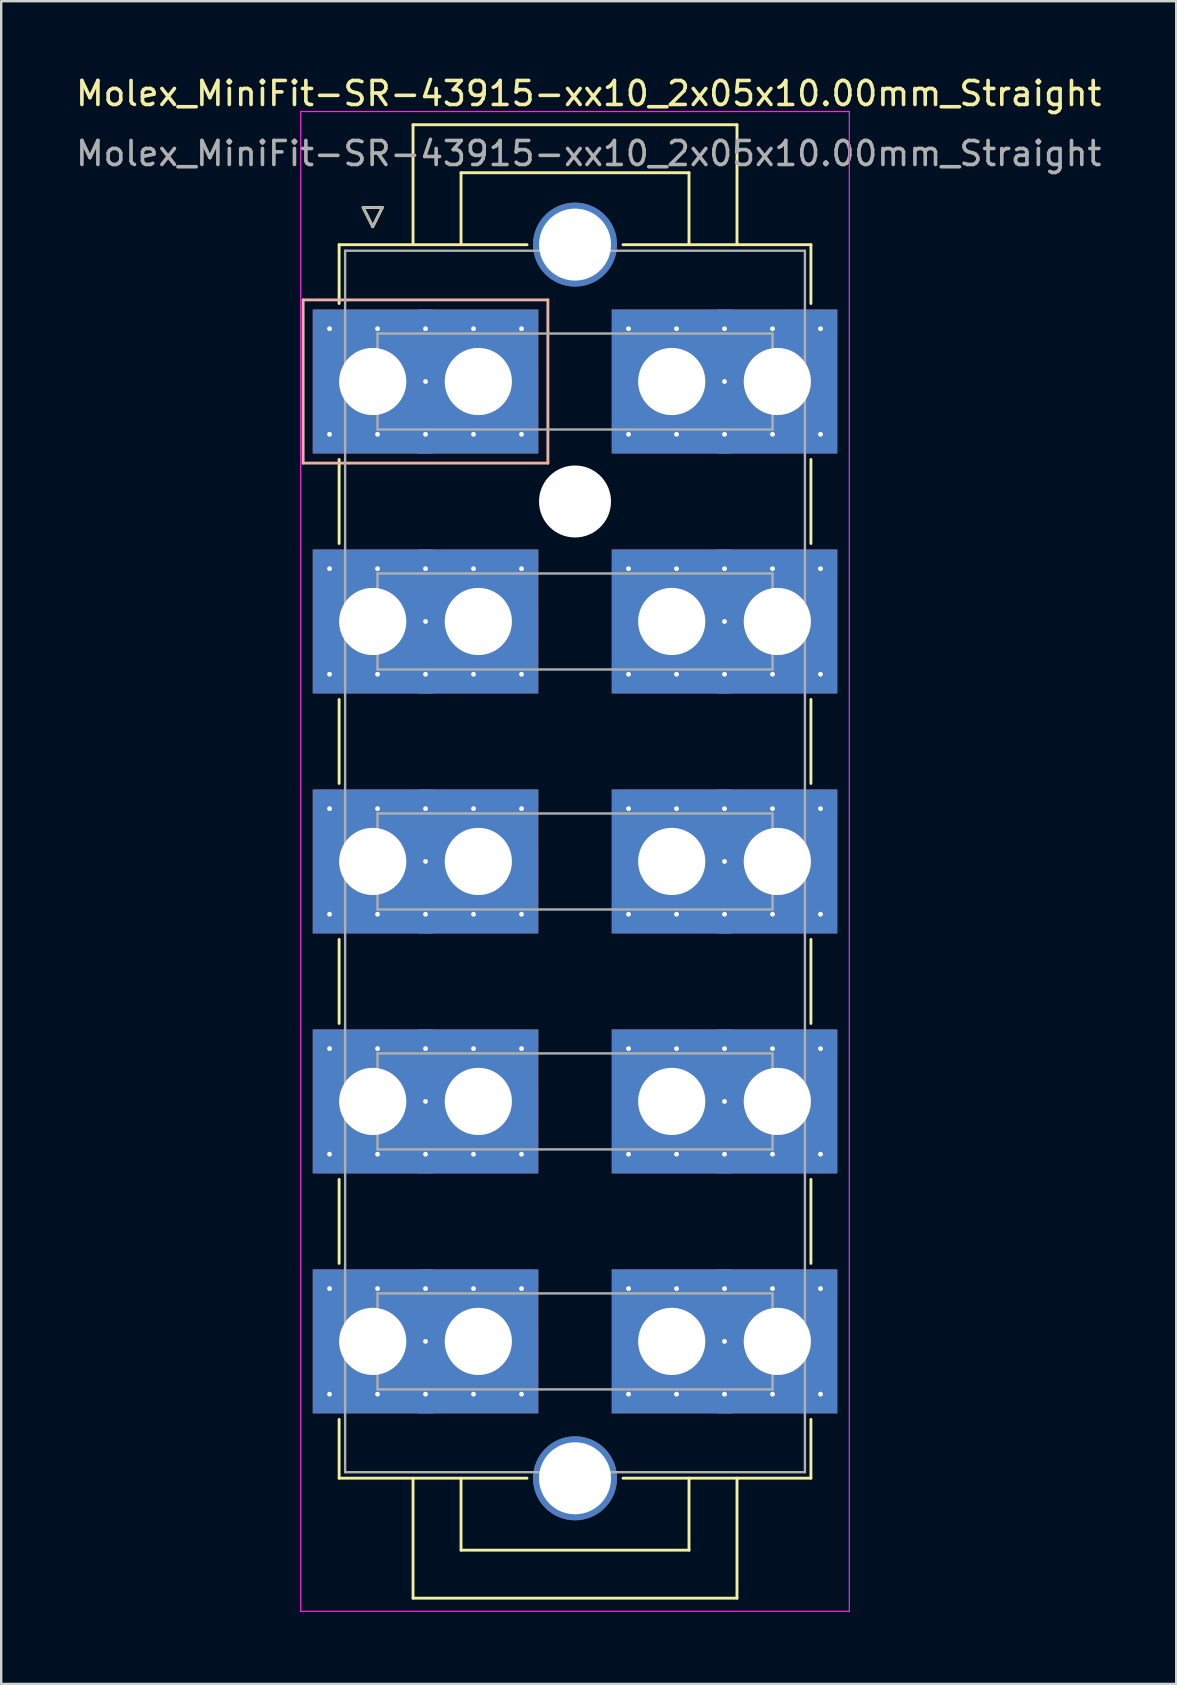
<source format=kicad_pcb>
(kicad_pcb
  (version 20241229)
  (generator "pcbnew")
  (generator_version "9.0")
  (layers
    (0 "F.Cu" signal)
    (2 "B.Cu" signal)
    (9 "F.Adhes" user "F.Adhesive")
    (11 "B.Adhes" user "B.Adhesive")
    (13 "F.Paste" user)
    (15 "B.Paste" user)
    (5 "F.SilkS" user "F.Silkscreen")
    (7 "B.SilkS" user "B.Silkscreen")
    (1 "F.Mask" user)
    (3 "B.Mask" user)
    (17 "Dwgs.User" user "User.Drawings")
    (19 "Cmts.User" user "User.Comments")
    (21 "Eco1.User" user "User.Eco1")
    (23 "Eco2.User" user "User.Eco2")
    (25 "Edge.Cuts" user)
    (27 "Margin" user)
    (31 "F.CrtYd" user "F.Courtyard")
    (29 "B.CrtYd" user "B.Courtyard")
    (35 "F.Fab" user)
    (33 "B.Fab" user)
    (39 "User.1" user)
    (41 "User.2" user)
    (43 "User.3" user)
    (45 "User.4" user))
  (footprint "Molex_MiniFit-SR-43915-xx10_2x05x10.00mm_Straight"
    (layer "F.Cu")
    (at 12.482 12.848)
    (property "Reference" "Molex_MiniFit-SR-43915-xx10_2x05x10.00mm_Straight" (at 9 -12 0) (layer "F.SilkS") (effects (font (size 1 1) (thickness 0.15))))
    (attr through_hole)
    (fp_line (start -1.4 -5.7) (end 6.43 -5.7) (stroke (width 0.12) (type solid)) (layer "F.SilkS"))
    (fp_line (start -1.4 -3.25) (end -1.4 -5.7) (stroke (width 0.12) (type solid)) (layer "F.SilkS"))
    (fp_line (start -1.4 3.25) (end -1.4 6.75) (stroke (width 0.12) (type solid)) (layer "F.SilkS"))
    (fp_line (start -1.4 13.25) (end -1.4 16.75) (stroke (width 0.12) (type solid)) (layer "F.SilkS"))
    (fp_line (start -1.4 23.25) (end -1.4 26.75) (stroke (width 0.12) (type solid)) (layer "F.SilkS"))
    (fp_line (start -1.4 33.25) (end -1.4 36.75) (stroke (width 0.12) (type solid)) (layer "F.SilkS"))
    (fp_line (start -1.4 43.25) (end -1.4 45.7) (stroke (width 0.12) (type solid)) (layer "F.SilkS"))
    (fp_line (start -1.4 45.7) (end 6.43 45.7) (stroke (width 0.12) (type solid)) (layer "F.SilkS"))
    (fp_line (start -0.4 -7.25) (end 0 -6.45) (stroke (width 0.12) (type solid)) (layer "F.SilkS"))
    (fp_line (start 0 -6.45) (end 0.4 -7.25) (stroke (width 0.12) (type solid)) (layer "F.SilkS"))
    (fp_line (start 0.4 -7.25) (end -0.4 -7.25) (stroke (width 0.12) (type solid)) (layer "F.SilkS"))
    (fp_line (start 1.68 -10.7) (end 1.68 -5.7) (stroke (width 0.12) (type solid)) (layer "F.SilkS"))
    (fp_line (start 1.68 50.7) (end 1.68 45.7) (stroke (width 0.12) (type solid)) (layer "F.SilkS"))
    (fp_line (start 3.68 -8.7) (end 3.68 -5.7) (stroke (width 0.12) (type solid)) (layer "F.SilkS"))
    (fp_line (start 3.68 48.7) (end 3.68 45.7) (stroke (width 0.12) (type solid)) (layer "F.SilkS"))
    (fp_line (start 13.18 -8.7) (end 3.68 -8.7) (stroke (width 0.12) (type solid)) (layer "F.SilkS"))
    (fp_line (start 13.18 -5.7) (end 13.18 -8.7) (stroke (width 0.12) (type solid)) (layer "F.SilkS"))
    (fp_line (start 13.18 45.7) (end 13.18 48.7) (stroke (width 0.12) (type solid)) (layer "F.SilkS"))
    (fp_line (start 13.18 48.7) (end 3.68 48.7) (stroke (width 0.12) (type solid)) (layer "F.SilkS"))
    (fp_line (start 15.18 -10.7) (end 1.68 -10.7) (stroke (width 0.12) (type solid)) (layer "F.SilkS"))
    (fp_line (start 15.18 -5.7) (end 15.18 -10.7) (stroke (width 0.12) (type solid)) (layer "F.SilkS"))
    (fp_line (start 15.18 45.7) (end 15.18 50.7) (stroke (width 0.12) (type solid)) (layer "F.SilkS"))
    (fp_line (start 15.18 50.7) (end 1.68 50.7) (stroke (width 0.12) (type solid)) (layer "F.SilkS"))
    (fp_line (start 18.26 -5.7) (end 10.43 -5.7) (stroke (width 0.12) (type solid)) (layer "F.SilkS"))
    (fp_line (start 18.26 -3.25) (end 18.26 -5.7) (stroke (width 0.12) (type solid)) (layer "F.SilkS"))
    (fp_line (start 18.26 3.25) (end 18.26 6.75) (stroke (width 0.12) (type solid)) (layer "F.SilkS"))
    (fp_line (start 18.26 13.25) (end 18.26 16.75) (stroke (width 0.12) (type solid)) (layer "F.SilkS"))
    (fp_line (start 18.26 23.25) (end 18.26 26.75) (stroke (width 0.12) (type solid)) (layer "F.SilkS"))
    (fp_line (start 18.26 33.25) (end 18.26 36.75) (stroke (width 0.12) (type solid)) (layer "F.SilkS"))
    (fp_line (start 18.26 43.25) (end 18.26 45.7) (stroke (width 0.12) (type solid)) (layer "F.SilkS"))
    (fp_line (start 18.26 45.7) (end 10.43 45.7) (stroke (width 0.12) (type solid)) (layer "F.SilkS"))
    (fp_line (start -2.9 -3.4) (end -2.9 3.4) (stroke (width 0.12) (type solid)) (layer "B.SilkS"))
    (fp_line (start -2.9 3.4) (end 7.3 3.4) (stroke (width 0.12) (type solid)) (layer "B.SilkS"))
    (fp_line (start 7.3 -3.4) (end -2.9 -3.4) (stroke (width 0.12) (type solid)) (layer "B.SilkS"))
    (fp_line (start 7.3 3.4) (end 7.3 -3.4) (stroke (width 0.12) (type solid)) (layer "B.SilkS"))
    (fp_line (start -3 -11.25) (end -3 51.25) (stroke (width 0.05) (type solid)) (layer "F.CrtYd"))
    (fp_line (start -3 51.25) (end 19.86 51.25) (stroke (width 0.05) (type solid)) (layer "F.CrtYd"))
    (fp_line (start 19.86 -11.25) (end -3 -11.25) (stroke (width 0.05) (type solid)) (layer "F.CrtYd"))
    (fp_line (start 19.86 51.25) (end 19.86 -11.25) (stroke (width 0.05) (type solid)) (layer "F.CrtYd"))
    (fp_line (start -1.15 -5.45) (end -1.15 45.45) (stroke (width 0.1) (type solid)) (layer "F.Fab"))
    (fp_line (start -1.15 45.45) (end 18.01 45.45) (stroke (width 0.1) (type solid)) (layer "F.Fab"))
    (fp_line (start -0.4 -7.25) (end 0 -6.45) (stroke (width 0.1) (type solid)) (layer "F.Fab"))
    (fp_line (start 0 -6.45) (end 0.4 -7.25) (stroke (width 0.1) (type solid)) (layer "F.Fab"))
    (fp_line (start 0.2 -2) (end 0.2 2) (stroke (width 0.1) (type solid)) (layer "F.Fab"))
    (fp_line (start 0.2 2) (end 16.66 2) (stroke (width 0.1) (type solid)) (layer "F.Fab"))
    (fp_line (start 0.2 8) (end 0.2 12) (stroke (width 0.1) (type solid)) (layer "F.Fab"))
    (fp_line (start 0.2 12) (end 16.66 12) (stroke (width 0.1) (type solid)) (layer "F.Fab"))
    (fp_line (start 0.2 18) (end 0.2 22) (stroke (width 0.1) (type solid)) (layer "F.Fab"))
    (fp_line (start 0.2 22) (end 16.66 22) (stroke (width 0.1) (type solid)) (layer "F.Fab"))
    (fp_line (start 0.2 28) (end 0.2 32) (stroke (width 0.1) (type solid)) (layer "F.Fab"))
    (fp_line (start 0.2 32) (end 16.66 32) (stroke (width 0.1) (type solid)) (layer "F.Fab"))
    (fp_line (start 0.2 38) (end 0.2 42) (stroke (width 0.1) (type solid)) (layer "F.Fab"))
    (fp_line (start 0.2 42) (end 16.66 42) (stroke (width 0.1) (type solid)) (layer "F.Fab"))
    (fp_line (start 0.4 -7.25) (end -0.4 -7.25) (stroke (width 0.1) (type solid)) (layer "F.Fab"))
    (fp_line (start 16.66 -2) (end 0.2 -2) (stroke (width 0.1) (type solid)) (layer "F.Fab"))
    (fp_line (start 16.66 2) (end 16.66 -2) (stroke (width 0.1) (type solid)) (layer "F.Fab"))
    (fp_line (start 16.66 8) (end 0.2 8) (stroke (width 0.1) (type solid)) (layer "F.Fab"))
    (fp_line (start 16.66 12) (end 16.66 8) (stroke (width 0.1) (type solid)) (layer "F.Fab"))
    (fp_line (start 16.66 18) (end 0.2 18) (stroke (width 0.1) (type solid)) (layer "F.Fab"))
    (fp_line (start 16.66 22) (end 16.66 18) (stroke (width 0.1) (type solid)) (layer "F.Fab"))
    (fp_line (start 16.66 28) (end 0.2 28) (stroke (width 0.1) (type solid)) (layer "F.Fab"))
    (fp_line (start 16.66 32) (end 16.66 28) (stroke (width 0.1) (type solid)) (layer "F.Fab"))
    (fp_line (start 16.66 38) (end 0.2 38) (stroke (width 0.1) (type solid)) (layer "F.Fab"))
    (fp_line (start 16.66 42) (end 16.66 38) (stroke (width 0.1) (type solid)) (layer "F.Fab"))
    (fp_line (start 18.01 -5.45) (end -1.15 -5.45) (stroke (width 0.1) (type solid)) (layer "F.Fab"))
    (fp_line (start 18.01 45.45) (end 18.01 -5.45) (stroke (width 0.1) (type solid)) (layer "F.Fab"))
    (fp_text user "${REFERENCE}" (at 9 -9.5 0) (layer "F.Fab") (effects (font (size 1 1) (thickness 0.15))))
    (pad "" thru_hole circle (at 2.2 0 270) (size 0.5 0.5) (drill 0.2) (layers "*.Cu" "*.Mask"))
    (pad "" thru_hole circle (at 2.2 10 270) (size 0.5 0.5) (drill 0.2) (layers "*.Cu" "*.Mask"))
    (pad "" thru_hole circle (at 2.2 20 270) (size 0.5 0.5) (drill 0.2) (layers "*.Cu" "*.Mask"))
    (pad "" thru_hole circle (at 2.2 30 270) (size 0.5 0.5) (drill 0.2) (layers "*.Cu" "*.Mask"))
    (pad "" thru_hole circle (at 2.2 40 270) (size 0.5 0.5) (drill 0.2) (layers "*.Cu" "*.Mask"))
    (pad "" thru_hole circle (at 8.43 -5.705 270) (size 3.5 3.5) (drill 3) (layers "*.Cu" "*.Mask"))
    (pad "" np_thru_hole circle (at 8.43 5 270) (size 3 3) (drill 3) (layers "*.Cu" "*.Mask"))
    (pad "" thru_hole circle (at 8.43 45.705 270) (size 3.5 3.5) (drill 3) (layers "*.Cu" "*.Mask"))
    (pad "" thru_hole circle (at 14.66 0 270) (size 0.5 0.5) (drill 0.2) (layers "*.Cu" "*.Mask"))
    (pad "" thru_hole circle (at 14.66 10 270) (size 0.5 0.5) (drill 0.2) (layers "*.Cu" "*.Mask"))
    (pad "" thru_hole circle (at 14.66 20 270) (size 0.5 0.5) (drill 0.2) (layers "*.Cu" "*.Mask"))
    (pad "" thru_hole circle (at 14.66 30 270) (size 0.5 0.5) (drill 0.2) (layers "*.Cu" "*.Mask"))
    (pad "" thru_hole circle (at 14.66 40 270) (size 0.5 0.5) (drill 0.2) (layers "*.Cu" "*.Mask"))
    (pad "1" thru_hole rect (at -1.8 -2.2 270) (size 0.5 0.5) (drill 0.2) (layers "*.Cu" "*.Mask"))
    (pad "1" thru_hole rect (at -1.8 2.2 270) (size 0.5 0.5) (drill 0.2) (layers "*.Cu" "*.Mask"))
    (pad "1" thru_hole rect (at 0 0 270) (size 6 5) (drill 2.8) (layers "*.Cu" "*.Mask"))
    (pad "1" thru_hole rect (at 0.2 -2.2 270) (size 0.5 0.5) (drill 0.2) (layers "*.Cu" "*.Mask"))
    (pad "1" thru_hole rect (at 0.2 2.2 270) (size 0.5 0.5) (drill 0.2) (layers "*.Cu" "*.Mask"))
    (pad "1" thru_hole rect (at 2.2 -2.2 270) (size 0.5 0.5) (drill 0.2) (layers "*.Cu" "*.Mask"))
    (pad "1" thru_hole rect (at 2.2 2.2 270) (size 0.5 0.5) (drill 0.2) (layers "*.Cu" "*.Mask"))
    (pad "1" thru_hole rect (at 4.2 -2.2 270) (size 0.5 0.5) (drill 0.2) (layers "*.Cu" "*.Mask"))
    (pad "1" thru_hole rect (at 4.2 2.2 270) (size 0.5 0.5) (drill 0.2) (layers "*.Cu" "*.Mask"))
    (pad "1" thru_hole rect (at 4.4 0 270) (size 6 5) (drill 2.8) (layers "*.Cu" "*.Mask"))
    (pad "1" thru_hole rect (at 6.2 -2.2 270) (size 0.5 0.5) (drill 0.2) (layers "*.Cu" "*.Mask"))
    (pad "1" thru_hole rect (at 6.2 2.2 270) (size 0.5 0.5) (drill 0.2) (layers "*.Cu" "*.Mask"))
    (pad "2" thru_hole circle (at 10.66 -2.2 270) (size 0.5 0.5) (drill 0.2) (layers "*.Cu" "*.Mask"))
    (pad "2" thru_hole circle (at 10.66 2.2 270) (size 0.5 0.5) (drill 0.2) (layers "*.Cu" "*.Mask"))
    (pad "2" thru_hole rect (at 12.46 0 270) (size 6 5) (drill 2.8) (layers "*.Cu" "*.Mask"))
    (pad "2" thru_hole circle (at 12.66 -2.2 270) (size 0.5 0.5) (drill 0.2) (layers "*.Cu" "*.Mask"))
    (pad "2" thru_hole circle (at 12.66 2.2 270) (size 0.5 0.5) (drill 0.2) (layers "*.Cu" "*.Mask"))
    (pad "2" thru_hole circle (at 14.66 -2.2 270) (size 0.5 0.5) (drill 0.2) (layers "*.Cu" "*.Mask"))
    (pad "2" thru_hole circle (at 14.66 2.2 270) (size 0.5 0.5) (drill 0.2) (layers "*.Cu" "*.Mask"))
    (pad "2" thru_hole circle (at 16.66 -2.2 270) (size 0.5 0.5) (drill 0.2) (layers "*.Cu" "*.Mask"))
    (pad "2" thru_hole circle (at 16.66 2.2 270) (size 0.5 0.5) (drill 0.2) (layers "*.Cu" "*.Mask"))
    (pad "2" thru_hole rect (at 16.86 0 270) (size 6 5) (drill 2.8) (layers "*.Cu" "*.Mask"))
    (pad "2" thru_hole circle (at 18.66 -2.2 270) (size 0.5 0.5) (drill 0.2) (layers "*.Cu" "*.Mask"))
    (pad "2" thru_hole circle (at 18.66 2.2 270) (size 0.5 0.5) (drill 0.2) (layers "*.Cu" "*.Mask"))
    (pad "3" thru_hole circle (at -1.8 7.8 270) (size 0.5 0.5) (drill 0.2) (layers "*.Cu" "*.Mask"))
    (pad "3" thru_hole circle (at -1.8 12.2 270) (size 0.5 0.5) (drill 0.2) (layers "*.Cu" "*.Mask"))
    (pad "3" thru_hole rect (at 0 10 270) (size 6 5) (drill 2.8) (layers "*.Cu" "*.Mask"))
    (pad "3" thru_hole circle (at 0.2 7.8 270) (size 0.5 0.5) (drill 0.2) (layers "*.Cu" "*.Mask"))
    (pad "3" thru_hole circle (at 0.2 12.2 270) (size 0.5 0.5) (drill 0.2) (layers "*.Cu" "*.Mask"))
    (pad "3" thru_hole circle (at 2.2 7.8 270) (size 0.5 0.5) (drill 0.2) (layers "*.Cu" "*.Mask"))
    (pad "3" thru_hole circle (at 2.2 12.2 270) (size 0.5 0.5) (drill 0.2) (layers "*.Cu" "*.Mask"))
    (pad "3" thru_hole circle (at 4.2 7.8 270) (size 0.5 0.5) (drill 0.2) (layers "*.Cu" "*.Mask"))
    (pad "3" thru_hole circle (at 4.2 12.2 270) (size 0.5 0.5) (drill 0.2) (layers "*.Cu" "*.Mask"))
    (pad "3" thru_hole rect (at 4.4 10 270) (size 6 5) (drill 2.8) (layers "*.Cu" "*.Mask"))
    (pad "3" thru_hole circle (at 6.2 7.8 270) (size 0.5 0.5) (drill 0.2) (layers "*.Cu" "*.Mask"))
    (pad "3" thru_hole circle (at 6.2 12.2 270) (size 0.5 0.5) (drill 0.2) (layers "*.Cu" "*.Mask"))
    (pad "4" thru_hole circle (at 10.66 7.8 270) (size 0.5 0.5) (drill 0.2) (layers "*.Cu" "*.Mask"))
    (pad "4" thru_hole circle (at 10.66 12.2 270) (size 0.5 0.5) (drill 0.2) (layers "*.Cu" "*.Mask"))
    (pad "4" thru_hole rect (at 12.46 10 270) (size 6 5) (drill 2.8) (layers "*.Cu" "*.Mask"))
    (pad "4" thru_hole circle (at 12.66 7.8 270) (size 0.5 0.5) (drill 0.2) (layers "*.Cu" "*.Mask"))
    (pad "4" thru_hole circle (at 12.66 12.2 270) (size 0.5 0.5) (drill 0.2) (layers "*.Cu" "*.Mask"))
    (pad "4" thru_hole circle (at 14.66 7.8 270) (size 0.5 0.5) (drill 0.2) (layers "*.Cu" "*.Mask"))
    (pad "4" thru_hole circle (at 14.66 12.2 270) (size 0.5 0.5) (drill 0.2) (layers "*.Cu" "*.Mask"))
    (pad "4" thru_hole circle (at 16.66 7.8 270) (size 0.5 0.5) (drill 0.2) (layers "*.Cu" "*.Mask"))
    (pad "4" thru_hole circle (at 16.66 12.2 270) (size 0.5 0.5) (drill 0.2) (layers "*.Cu" "*.Mask"))
    (pad "4" thru_hole rect (at 16.86 10 270) (size 6 5) (drill 2.8) (layers "*.Cu" "*.Mask"))
    (pad "4" thru_hole circle (at 18.66 7.8 270) (size 0.5 0.5) (drill 0.2) (layers "*.Cu" "*.Mask"))
    (pad "4" thru_hole circle (at 18.66 12.2 270) (size 0.5 0.5) (drill 0.2) (layers "*.Cu" "*.Mask"))
    (pad "5" thru_hole circle (at -1.8 17.8 270) (size 0.5 0.5) (drill 0.2) (layers "*.Cu" "*.Mask"))
    (pad "5" thru_hole circle (at -1.8 22.2 270) (size 0.5 0.5) (drill 0.2) (layers "*.Cu" "*.Mask"))
    (pad "5" thru_hole rect (at 0 20 270) (size 6 5) (drill 2.8) (layers "*.Cu" "*.Mask"))
    (pad "5" thru_hole circle (at 0.2 17.8 270) (size 0.5 0.5) (drill 0.2) (layers "*.Cu" "*.Mask"))
    (pad "5" thru_hole circle (at 0.2 22.2 270) (size 0.5 0.5) (drill 0.2) (layers "*.Cu" "*.Mask"))
    (pad "5" thru_hole circle (at 2.2 17.8 270) (size 0.5 0.5) (drill 0.2) (layers "*.Cu" "*.Mask"))
    (pad "5" thru_hole circle (at 2.2 22.2 270) (size 0.5 0.5) (drill 0.2) (layers "*.Cu" "*.Mask"))
    (pad "5" thru_hole circle (at 4.2 17.8 270) (size 0.5 0.5) (drill 0.2) (layers "*.Cu" "*.Mask"))
    (pad "5" thru_hole circle (at 4.2 22.2 270) (size 0.5 0.5) (drill 0.2) (layers "*.Cu" "*.Mask"))
    (pad "5" thru_hole rect (at 4.4 20 270) (size 6 5) (drill 2.8) (layers "*.Cu" "*.Mask"))
    (pad "5" thru_hole circle (at 6.2 17.8 270) (size 0.5 0.5) (drill 0.2) (layers "*.Cu" "*.Mask"))
    (pad "5" thru_hole circle (at 6.2 22.2 270) (size 0.5 0.5) (drill 0.2) (layers "*.Cu" "*.Mask"))
    (pad "6" thru_hole circle (at 10.66 17.8 270) (size 0.5 0.5) (drill 0.2) (layers "*.Cu" "*.Mask"))
    (pad "6" thru_hole circle (at 10.66 22.2 270) (size 0.5 0.5) (drill 0.2) (layers "*.Cu" "*.Mask"))
    (pad "6" thru_hole rect (at 12.46 20 270) (size 6 5) (drill 2.8) (layers "*.Cu" "*.Mask"))
    (pad "6" thru_hole circle (at 12.66 17.8 270) (size 0.5 0.5) (drill 0.2) (layers "*.Cu" "*.Mask"))
    (pad "6" thru_hole circle (at 12.66 22.2 270) (size 0.5 0.5) (drill 0.2) (layers "*.Cu" "*.Mask"))
    (pad "6" thru_hole circle (at 14.66 17.8 270) (size 0.5 0.5) (drill 0.2) (layers "*.Cu" "*.Mask"))
    (pad "6" thru_hole circle (at 14.66 22.2 270) (size 0.5 0.5) (drill 0.2) (layers "*.Cu" "*.Mask"))
    (pad "6" thru_hole circle (at 16.66 17.8 270) (size 0.5 0.5) (drill 0.2) (layers "*.Cu" "*.Mask"))
    (pad "6" thru_hole circle (at 16.66 22.2 270) (size 0.5 0.5) (drill 0.2) (layers "*.Cu" "*.Mask"))
    (pad "6" thru_hole rect (at 16.86 20 270) (size 6 5) (drill 2.8) (layers "*.Cu" "*.Mask"))
    (pad "6" thru_hole circle (at 18.66 17.8 270) (size 0.5 0.5) (drill 0.2) (layers "*.Cu" "*.Mask"))
    (pad "6" thru_hole circle (at 18.66 22.2 270) (size 0.5 0.5) (drill 0.2) (layers "*.Cu" "*.Mask"))
    (pad "7" thru_hole circle (at -1.8 27.8 270) (size 0.5 0.5) (drill 0.2) (layers "*.Cu" "*.Mask"))
    (pad "7" thru_hole circle (at -1.8 32.2 270) (size 0.5 0.5) (drill 0.2) (layers "*.Cu" "*.Mask"))
    (pad "7" thru_hole rect (at 0 30 270) (size 6 5) (drill 2.8) (layers "*.Cu" "*.Mask"))
    (pad "7" thru_hole circle (at 0.2 27.8 270) (size 0.5 0.5) (drill 0.2) (layers "*.Cu" "*.Mask"))
    (pad "7" thru_hole circle (at 0.2 32.2 270) (size 0.5 0.5) (drill 0.2) (layers "*.Cu" "*.Mask"))
    (pad "7" thru_hole circle (at 2.2 27.8 270) (size 0.5 0.5) (drill 0.2) (layers "*.Cu" "*.Mask"))
    (pad "7" thru_hole circle (at 2.2 32.2 270) (size 0.5 0.5) (drill 0.2) (layers "*.Cu" "*.Mask"))
    (pad "7" thru_hole circle (at 4.2 27.8 270) (size 0.5 0.5) (drill 0.2) (layers "*.Cu" "*.Mask"))
    (pad "7" thru_hole circle (at 4.2 32.2 270) (size 0.5 0.5) (drill 0.2) (layers "*.Cu" "*.Mask"))
    (pad "7" thru_hole rect (at 4.4 30 270) (size 6 5) (drill 2.8) (layers "*.Cu" "*.Mask"))
    (pad "7" thru_hole circle (at 6.2 27.8 270) (size 0.5 0.5) (drill 0.2) (layers "*.Cu" "*.Mask"))
    (pad "7" thru_hole circle (at 6.2 32.2 270) (size 0.5 0.5) (drill 0.2) (layers "*.Cu" "*.Mask"))
    (pad "8" thru_hole circle (at 10.66 27.8 270) (size 0.5 0.5) (drill 0.2) (layers "*.Cu" "*.Mask"))
    (pad "8" thru_hole circle (at 10.66 32.2 270) (size 0.5 0.5) (drill 0.2) (layers "*.Cu" "*.Mask"))
    (pad "8" thru_hole rect (at 12.46 30 270) (size 6 5) (drill 2.8) (layers "*.Cu" "*.Mask"))
    (pad "8" thru_hole circle (at 12.66 27.8 270) (size 0.5 0.5) (drill 0.2) (layers "*.Cu" "*.Mask"))
    (pad "8" thru_hole circle (at 12.66 32.2 270) (size 0.5 0.5) (drill 0.2) (layers "*.Cu" "*.Mask"))
    (pad "8" thru_hole circle (at 14.66 27.8 270) (size 0.5 0.5) (drill 0.2) (layers "*.Cu" "*.Mask"))
    (pad "8" thru_hole circle (at 14.66 32.2 270) (size 0.5 0.5) (drill 0.2) (layers "*.Cu" "*.Mask"))
    (pad "8" thru_hole circle (at 16.66 27.8 270) (size 0.5 0.5) (drill 0.2) (layers "*.Cu" "*.Mask"))
    (pad "8" thru_hole circle (at 16.66 32.2 270) (size 0.5 0.5) (drill 0.2) (layers "*.Cu" "*.Mask"))
    (pad "8" thru_hole rect (at 16.86 30 270) (size 6 5) (drill 2.8) (layers "*.Cu" "*.Mask"))
    (pad "8" thru_hole circle (at 18.66 27.8 270) (size 0.5 0.5) (drill 0.2) (layers "*.Cu" "*.Mask"))
    (pad "8" thru_hole circle (at 18.66 32.2 270) (size 0.5 0.5) (drill 0.2) (layers "*.Cu" "*.Mask"))
    (pad "9" thru_hole circle (at -1.8 37.8 270) (size 0.5 0.5) (drill 0.2) (layers "*.Cu" "*.Mask"))
    (pad "9" thru_hole circle (at -1.8 42.2 270) (size 0.5 0.5) (drill 0.2) (layers "*.Cu" "*.Mask"))
    (pad "9" thru_hole rect (at 0 40 270) (size 6 5) (drill 2.8) (layers "*.Cu" "*.Mask"))
    (pad "9" thru_hole circle (at 0.2 37.8 270) (size 0.5 0.5) (drill 0.2) (layers "*.Cu" "*.Mask"))
    (pad "9" thru_hole circle (at 0.2 42.2 270) (size 0.5 0.5) (drill 0.2) (layers "*.Cu" "*.Mask"))
    (pad "9" thru_hole circle (at 2.2 37.8 270) (size 0.5 0.5) (drill 0.2) (layers "*.Cu" "*.Mask"))
    (pad "9" thru_hole circle (at 2.2 42.2 270) (size 0.5 0.5) (drill 0.2) (layers "*.Cu" "*.Mask"))
    (pad "9" thru_hole circle (at 4.2 37.8 270) (size 0.5 0.5) (drill 0.2) (layers "*.Cu" "*.Mask"))
    (pad "9" thru_hole circle (at 4.2 42.2 270) (size 0.5 0.5) (drill 0.2) (layers "*.Cu" "*.Mask"))
    (pad "9" thru_hole rect (at 4.4 40 270) (size 6 5) (drill 2.8) (layers "*.Cu" "*.Mask"))
    (pad "9" thru_hole circle (at 6.2 37.8 270) (size 0.5 0.5) (drill 0.2) (layers "*.Cu" "*.Mask"))
    (pad "9" thru_hole circle (at 6.2 42.2 270) (size 0.5 0.5) (drill 0.2) (layers "*.Cu" "*.Mask"))
    (pad "10" thru_hole circle (at 10.66 37.8 270) (size 0.5 0.5) (drill 0.2) (layers "*.Cu" "*.Mask"))
    (pad "10" thru_hole circle (at 10.66 42.2 270) (size 0.5 0.5) (drill 0.2) (layers "*.Cu" "*.Mask"))
    (pad "10" thru_hole rect (at 12.46 40 270) (size 6 5) (drill 2.8) (layers "*.Cu" "*.Mask"))
    (pad "10" thru_hole circle (at 12.66 37.8 270) (size 0.5 0.5) (drill 0.2) (layers "*.Cu" "*.Mask"))
    (pad "10" thru_hole circle (at 12.66 42.2 270) (size 0.5 0.5) (drill 0.2) (layers "*.Cu" "*.Mask"))
    (pad "10" thru_hole circle (at 14.66 37.8 270) (size 0.5 0.5) (drill 0.2) (layers "*.Cu" "*.Mask"))
    (pad "10" thru_hole circle (at 14.66 42.2 270) (size 0.5 0.5) (drill 0.2) (layers "*.Cu" "*.Mask"))
    (pad "10" thru_hole circle (at 16.66 37.8 270) (size 0.5 0.5) (drill 0.2) (layers "*.Cu" "*.Mask"))
    (pad "10" thru_hole circle (at 16.66 42.2 270) (size 0.5 0.5) (drill 0.2) (layers "*.Cu" "*.Mask"))
    (pad "10" thru_hole rect (at 16.86 40 270) (size 6 5) (drill 2.8) (layers "*.Cu" "*.Mask"))
    (pad "10" thru_hole circle (at 18.66 37.8 270) (size 0.5 0.5) (drill 0.2) (layers "*.Cu" "*.Mask"))
    (pad "10" thru_hole circle (at 18.66 42.2 270) (size 0.5 0.5) (drill 0.2) (layers "*.Cu" "*.Mask")))
  (gr_rect
    (start -3 -3)
    (end 45.964 67.123)
    (stroke (width 0.1) (type default))
    (fill no)
    (layer "Edge.Cuts")))
</source>
